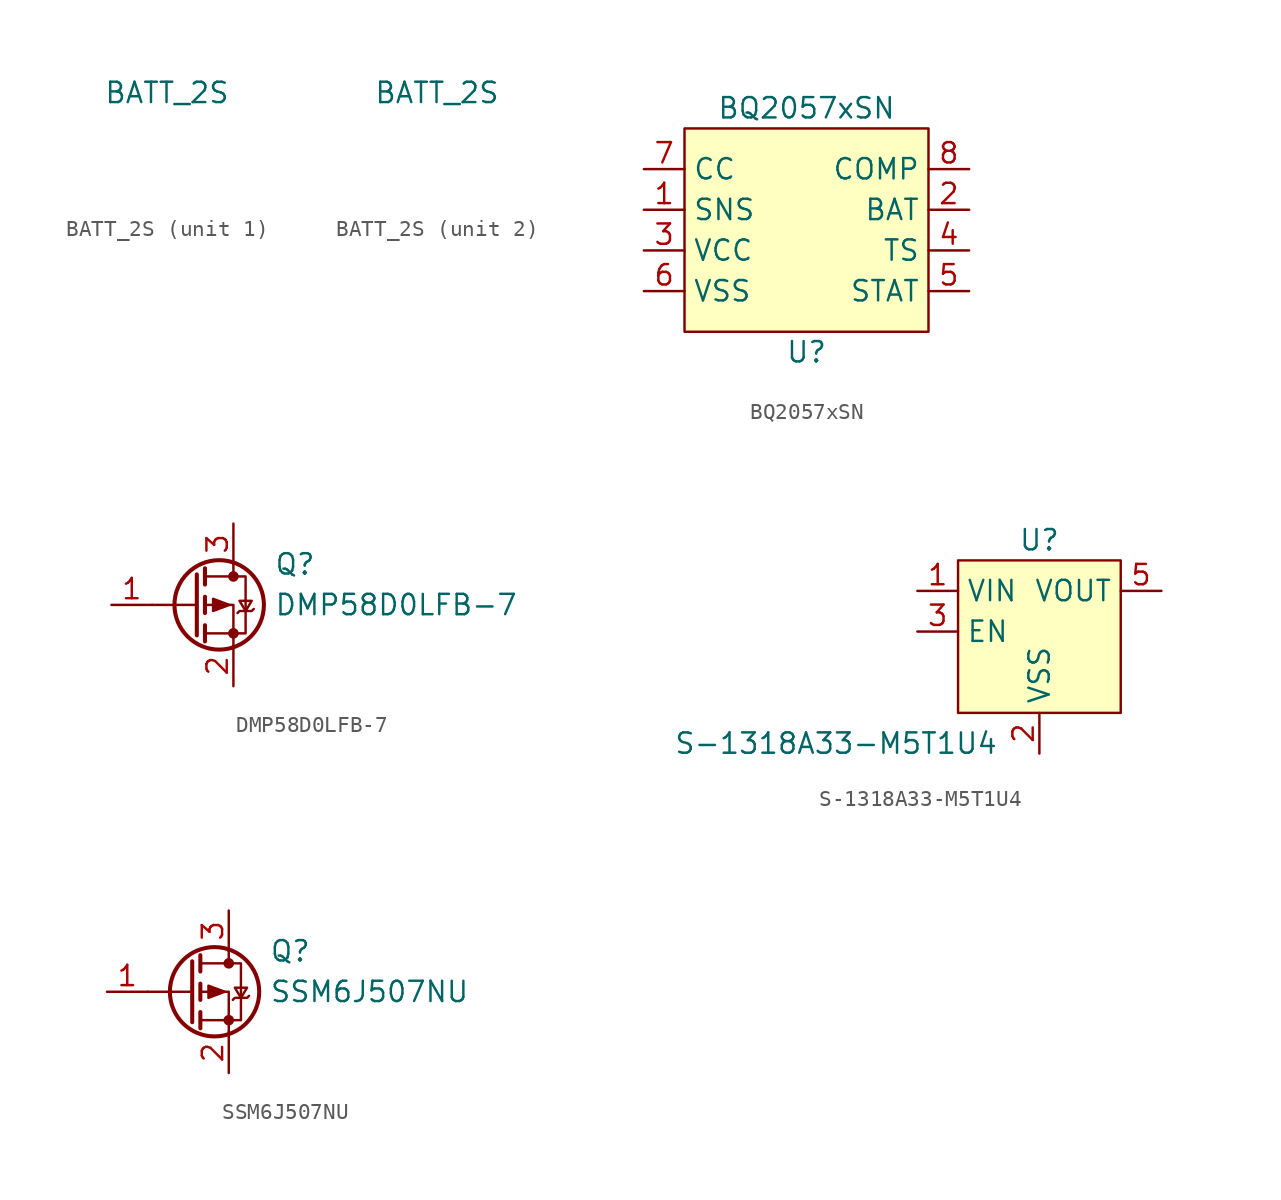
<source format=kicad_sym>
(kicad_symbol_lib
  (version 20211014)
  (generator kicad_symbol_editor)
  (symbol "BATT_2S"
    (power)
    (property "Reference" "#PWR"
      (at -10.16 -9.525 0)
      (effects (font (size 1.27 1.27)) hide))
    (property "Value" "BATT_2S"
      (at 0 6.35 0)
      (effects (font (size 1.27 1.27))))
    (symbol "BATT_2S_1_1"
      (pin power_in line (at 0 0 90) (length 2.54) hide (name "+BATT_2S_A" (effects (font (size 1.27 1.27)))) (number "" (effects (font (size 1.27 1.27))))))
    (symbol "BATT_2S_2_1"
      (pin power_in line (at 0 0 90) (length 2.54) hide (name "+BATT_2S_A" (effects (font (size 1.27 1.27)))) (number "-UB" (effects (font (size 1.27 1.27)))))))
  (symbol "BQ2057xSN"
    (property "Reference" "U"
      (at 0 -6.35 0)
      (effects (font (size 1.27 1.27))))
    (property "Value" "BQ2057xSN"
      (at 0 8.89 0)
      (effects (font (size 1.27 1.27))))
    (symbol "BQ2057xSN_0_1"
      (rectangle (start -7.62 7.62) (end 7.62 -5.08) (stroke (width 0) (type default) (color 0 0 0 0)) (fill (type background))))
    (symbol "BQ2057xSN_1_1"
      (pin input line (at -10.16 2.54 0) (length 2.54) (name "SNS" (effects (font (size 1.27 1.27)))) (number "1" (effects (font (size 1.27 1.27)))))
      (pin input line (at 10.16 2.54 180) (length 2.54) (name "BAT" (effects (font (size 1.27 1.27)))) (number "2" (effects (font (size 1.27 1.27)))))
      (pin power_in line (at -10.16 0 0) (length 2.54) (name "VCC" (effects (font (size 1.27 1.27)))) (number "3" (effects (font (size 1.27 1.27)))))
      (pin input line (at 10.16 0 180) (length 2.54) (name "TS" (effects (font (size 1.27 1.27)))) (number "4" (effects (font (size 1.27 1.27)))))
      (pin output line (at 10.16 -2.54 180) (length 2.54) (name "STAT" (effects (font (size 1.27 1.27)))) (number "5" (effects (font (size 1.27 1.27)))))
      (pin power_in line (at -10.16 -2.54 0) (length 2.54) (name "VSS" (effects (font (size 1.27 1.27)))) (number "6" (effects (font (size 1.27 1.27)))))
      (pin output line (at -10.16 5.08 0) (length 2.54) (name "CC" (effects (font (size 1.27 1.27)))) (number "7" (effects (font (size 1.27 1.27)))))
      (pin input line (at 10.16 5.08 180) (length 2.54) (name "COMP" (effects (font (size 1.27 1.27)))) (number "8" (effects (font (size 1.27 1.27)))))))
  (symbol "DMP58D0LFB-7"
    (pin_names hide)
    (property "Reference" "Q"
      (at 5.08 2.54 0)
      (effects (font (size 1.27 1.27)) (justify left)))
    (property "Value" "DMP58D0LFB-7"
      (at 5.08 0 0)
      (effects (font (size 1.27 1.27)) (justify left)))
    (symbol "DMP58D0LFB-7_0_1"
      (polyline (pts (xy 0.254 0) (xy -2.54 0)) (stroke (width 0) (type default) (color 0 0 0 0)) (fill (type none)))
      (polyline (pts (xy 0.254 1.905) (xy 0.254 -1.905)) (stroke (width 0.254) (type default) (color 0 0 0 0)) (fill (type none)))
      (polyline (pts (xy 0.762 -1.27) (xy 0.762 -2.286)) (stroke (width 0.254) (type default) (color 0 0 0 0)) (fill (type none)))
      (polyline (pts (xy 0.762 0.508) (xy 0.762 -0.508)) (stroke (width 0.254) (type default) (color 0 0 0 0)) (fill (type none)))
      (polyline (pts (xy 0.762 2.286) (xy 0.762 1.27)) (stroke (width 0.254) (type default) (color 0 0 0 0)) (fill (type none)))
      (polyline (pts (xy 2.54 2.54) (xy 2.54 1.778)) (stroke (width 0) (type default) (color 0 0 0 0)) (fill (type none)))
      (polyline (pts (xy 2.54 -2.54) (xy 2.54 0) (xy 0.762 0)) (stroke (width 0) (type default) (color 0 0 0 0)) (fill (type none)))
      (polyline (pts (xy 0.762 1.778) (xy 3.302 1.778) (xy 3.302 -1.778) (xy 0.762 -1.778)) (stroke (width 0) (type default) (color 0 0 0 0)) (fill (type none)))
      (polyline (pts (xy 2.286 0) (xy 1.27 0.381) (xy 1.27 -0.381) (xy 2.286 0)) (stroke (width 0) (type default) (color 0 0 0 0)) (fill (type outline)))
      (polyline (pts (xy 2.794 -0.508) (xy 2.921 -0.381) (xy 3.683 -0.381) (xy 3.81 -0.254)) (stroke (width 0) (type default) (color 0 0 0 0)) (fill (type none)))
      (polyline (pts (xy 3.302 -0.381) (xy 2.921 0.254) (xy 3.683 0.254) (xy 3.302 -0.381)) (stroke (width 0) (type default) (color 0 0 0 0)) (fill (type none)))
      (circle (center 1.651 0) (radius 2.794) (stroke (width 0.254) (type default) (color 0 0 0 0)) (fill (type none)))
      (circle (center 2.54 -1.778) (radius 0.254) (stroke (width 0) (type default) (color 0 0 0 0)) (fill (type outline)))
      (circle (center 2.54 1.778) (radius 0.254) (stroke (width 0) (type default) (color 0 0 0 0)) (fill (type outline))))
    (symbol "DMP58D0LFB-7_1_1"
      (pin passive line (at -5.08 0 0) (length 2.54) (name "G" (effects (font (size 1.27 1.27)))) (number "1" (effects (font (size 1.27 1.27)))))
      (pin passive line (at 2.54 -5.08 90) (length 2.54) (name "S" (effects (font (size 1.27 1.27)))) (number "2" (effects (font (size 1.27 1.27)))))
      (pin passive line (at 2.54 5.08 270) (length 2.54) (name "D" (effects (font (size 1.27 1.27)))) (number "3" (effects (font (size 1.27 1.27)))))))
  (symbol "S-1318A33-M5T1U4"
    (property "Reference" "U"
      (at 0 5.715 0)
      (effects (font (size 1.27 1.27))))
    (property "Value" "S-1318A33-M5T1U4"
      (at -12.7 -6.985 0)
      (effects (font (size 1.27 1.27))))
    (symbol "S-1318A33-M5T1U4_0_1"
      (rectangle (start -5.08 4.445) (end 5.08 -5.08) (stroke (width 0) (type default) (color 0 0 0 0)) (fill (type background))))
    (symbol "S-1318A33-M5T1U4_1_1"
      (pin power_in line (at -7.62 2.54 0) (length 2.54) (name "VIN" (effects (font (size 1.27 1.27)))) (number "1" (effects (font (size 1.27 1.27)))))
      (pin power_in line (at 0 -7.62 90) (length 2.54) (name "VSS" (effects (font (size 1.27 1.27)))) (number "2" (effects (font (size 1.27 1.27)))))
      (pin input line (at -7.62 0 0) (length 2.54) (name "EN" (effects (font (size 1.27 1.27)))) (number "3" (effects (font (size 1.27 1.27)))))
      (pin power_out line (at 7.62 2.54 180) (length 2.54) (name "VOUT" (effects (font (size 1.27 1.27)))) (number "5" (effects (font (size 1.27 1.27)))))))
  (symbol "SSM6J507NU"
    (pin_names hide)
    (property "Reference" "Q"
      (at 5.08 2.54 0)
      (effects (font (size 1.27 1.27)) (justify left)))
    (property "Value" "SSM6J507NU"
      (at 5.08 0 0)
      (effects (font (size 1.27 1.27)) (justify left)))
    (symbol "SSM6J507NU_0_1"
      (polyline (pts (xy 0.254 0) (xy -2.54 0)) (stroke (width 0) (type default) (color 0 0 0 0)) (fill (type none)))
      (polyline (pts (xy 0.254 1.905) (xy 0.254 -1.905)) (stroke (width 0.254) (type default) (color 0 0 0 0)) (fill (type none)))
      (polyline (pts (xy 0.762 -1.27) (xy 0.762 -2.286)) (stroke (width 0.254) (type default) (color 0 0 0 0)) (fill (type none)))
      (polyline (pts (xy 0.762 0.508) (xy 0.762 -0.508)) (stroke (width 0.254) (type default) (color 0 0 0 0)) (fill (type none)))
      (polyline (pts (xy 0.762 2.286) (xy 0.762 1.27)) (stroke (width 0.254) (type default) (color 0 0 0 0)) (fill (type none)))
      (polyline (pts (xy 2.54 2.54) (xy 2.54 1.778)) (stroke (width 0) (type default) (color 0 0 0 0)) (fill (type none)))
      (polyline (pts (xy 2.54 -2.54) (xy 2.54 0) (xy 0.762 0)) (stroke (width 0) (type default) (color 0 0 0 0)) (fill (type none)))
      (polyline (pts (xy 0.762 1.778) (xy 3.302 1.778) (xy 3.302 -1.778) (xy 0.762 -1.778)) (stroke (width 0) (type default) (color 0 0 0 0)) (fill (type none)))
      (polyline (pts (xy 2.286 0) (xy 1.27 0.381) (xy 1.27 -0.381) (xy 2.286 0)) (stroke (width 0) (type default) (color 0 0 0 0)) (fill (type outline)))
      (polyline (pts (xy 2.794 -0.508) (xy 2.921 -0.381) (xy 3.683 -0.381) (xy 3.81 -0.254)) (stroke (width 0) (type default) (color 0 0 0 0)) (fill (type none)))
      (polyline (pts (xy 3.302 -0.381) (xy 2.921 0.254) (xy 3.683 0.254) (xy 3.302 -0.381)) (stroke (width 0) (type default) (color 0 0 0 0)) (fill (type none)))
      (circle (center 1.651 0) (radius 2.794) (stroke (width 0.254) (type default) (color 0 0 0 0)) (fill (type none)))
      (circle (center 2.54 -1.778) (radius 0.254) (stroke (width 0) (type default) (color 0 0 0 0)) (fill (type outline)))
      (circle (center 2.54 1.778) (radius 0.254) (stroke (width 0) (type default) (color 0 0 0 0)) (fill (type outline))))
    (symbol "SSM6J507NU_1_1"
      (pin passive line (at -5.08 0 0) (length 2.54) (name "G" (effects (font (size 1.27 1.27)))) (number "1" (effects (font (size 1.27 1.27)))))
      (pin passive line (at 2.54 -5.08 90) (length 2.54) (name "S" (effects (font (size 1.27 1.27)))) (number "2" (effects (font (size 1.27 1.27)))))
      (pin passive line (at 2.54 5.08 270) (length 2.54) (name "D" (effects (font (size 1.27 1.27)))) (number "3" (effects (font (size 1.27 1.27))))))))
</source>
